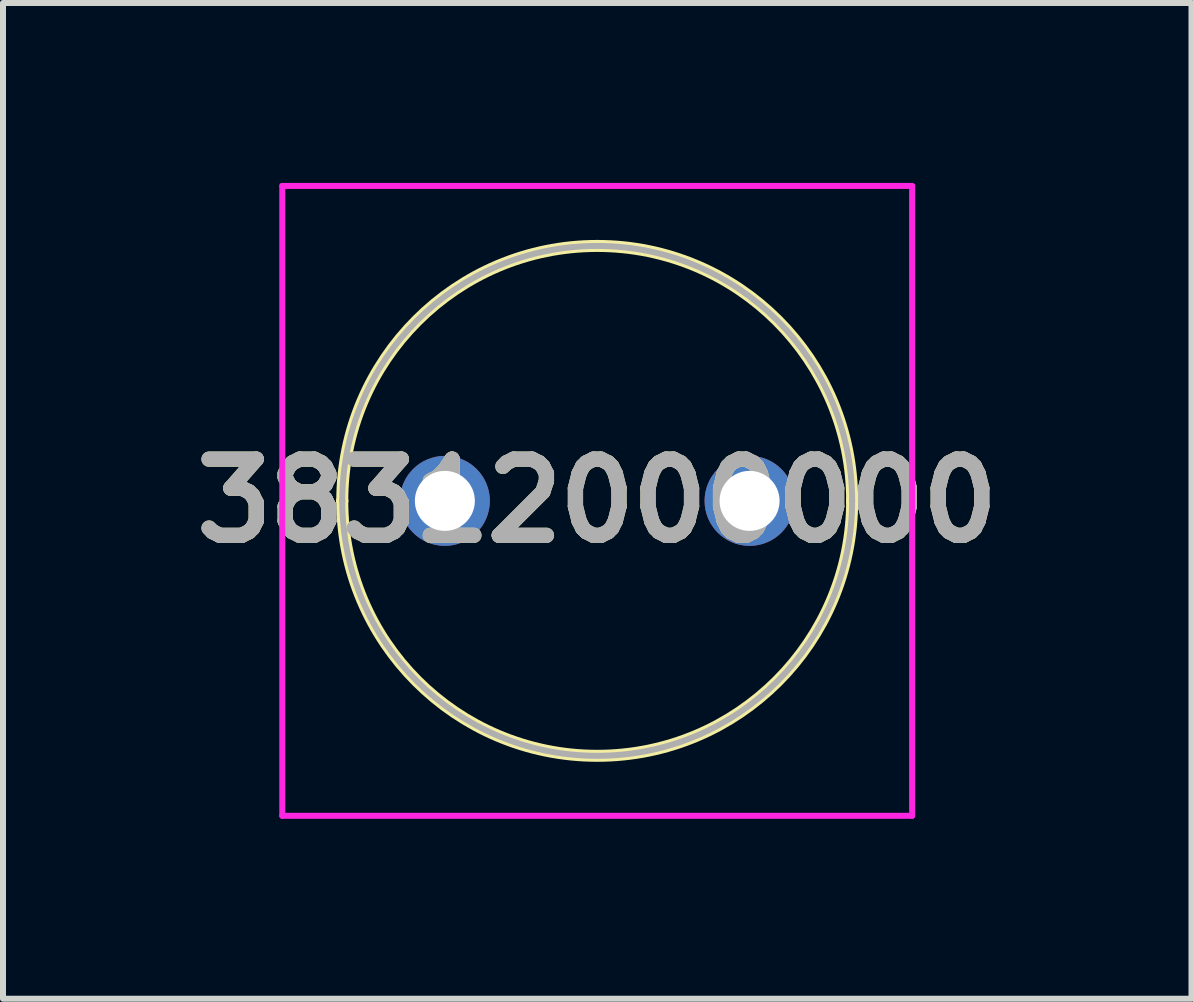
<source format=kicad_pcb>
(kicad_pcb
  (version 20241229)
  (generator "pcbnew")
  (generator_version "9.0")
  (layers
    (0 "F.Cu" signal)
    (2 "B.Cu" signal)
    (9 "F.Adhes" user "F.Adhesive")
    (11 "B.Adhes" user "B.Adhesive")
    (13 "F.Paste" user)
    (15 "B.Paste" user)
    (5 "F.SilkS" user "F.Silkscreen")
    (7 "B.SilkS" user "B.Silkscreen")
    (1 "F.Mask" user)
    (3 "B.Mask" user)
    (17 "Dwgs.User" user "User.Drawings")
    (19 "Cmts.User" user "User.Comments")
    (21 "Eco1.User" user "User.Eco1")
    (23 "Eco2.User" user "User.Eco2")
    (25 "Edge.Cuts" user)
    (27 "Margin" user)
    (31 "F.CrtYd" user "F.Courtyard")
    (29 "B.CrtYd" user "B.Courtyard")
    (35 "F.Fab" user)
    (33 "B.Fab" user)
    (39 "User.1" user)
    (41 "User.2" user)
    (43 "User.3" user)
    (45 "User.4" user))
  (footprint "38312000000"
    (layer "F.Cu")
    (at 4.366 5.3)
    (property "Reference" "38312000000" (at 2.54 0 0) (layer "F.SilkS") (effects (font (size 1.27 1.27) (thickness 0.254))))
    (attr through_hole)
    (fp_line (start -1.71 0) (end -1.71 0) (stroke (width 0.2) (type solid)) (layer "F.SilkS"))
    (fp_line (start 6.79 0) (end 6.79 0) (stroke (width 0.2) (type solid)) (layer "F.SilkS"))
    (fp_arc (start -1.71 0) (mid 2.54 -4.25) (end 6.79 0) (stroke (width 0.2) (type solid)) (layer "F.SilkS"))
    (fp_arc (start 6.79 0) (mid 2.54 4.25) (end -1.71 0) (stroke (width 0.2) (type solid)) (layer "F.SilkS"))
    (fp_line (start -2.71 -5.25) (end 7.79 -5.25) (stroke (width 0.1) (type solid)) (layer "F.CrtYd"))
    (fp_line (start -2.71 5.25) (end -2.71 -5.25) (stroke (width 0.1) (type solid)) (layer "F.CrtYd"))
    (fp_line (start 7.79 -5.25) (end 7.79 5.25) (stroke (width 0.1) (type solid)) (layer "F.CrtYd"))
    (fp_line (start 7.79 5.25) (end -2.71 5.25) (stroke (width 0.1) (type solid)) (layer "F.CrtYd"))
    (fp_line (start -1.71 0) (end -1.71 0) (stroke (width 0.1) (type solid)) (layer "F.Fab"))
    (fp_line (start 6.79 0) (end 6.79 0) (stroke (width 0.1) (type solid)) (layer "F.Fab"))
    (fp_arc (start -1.71 0) (mid 2.54 -4.25) (end 6.79 0) (stroke (width 0.1) (type solid)) (layer "F.Fab"))
    (fp_arc (start 6.79 0) (mid 2.54 4.25) (end -1.71 0) (stroke (width 0.1) (type solid)) (layer "F.Fab"))
    (fp_text user "${REFERENCE}" (at 2.54 0 0) (layer "F.Fab") (effects (font (size 1.27 1.27) (thickness 0.254))))
    (pad "1" thru_hole circle (at 0 0) (size 1.5 1.5) (drill 1) (layers "*.Cu" "*.Mask"))
    (pad "2" thru_hole circle (at 5.08 0) (size 1.5 1.5) (drill 1) (layers "*.Cu" "*.Mask")))
  (gr_rect
    (start -3 -3)
    (end 16.813 13.6)
    (stroke (width 0.1) (type default))
    (fill no)
    (layer "Edge.Cuts")))
</source>
